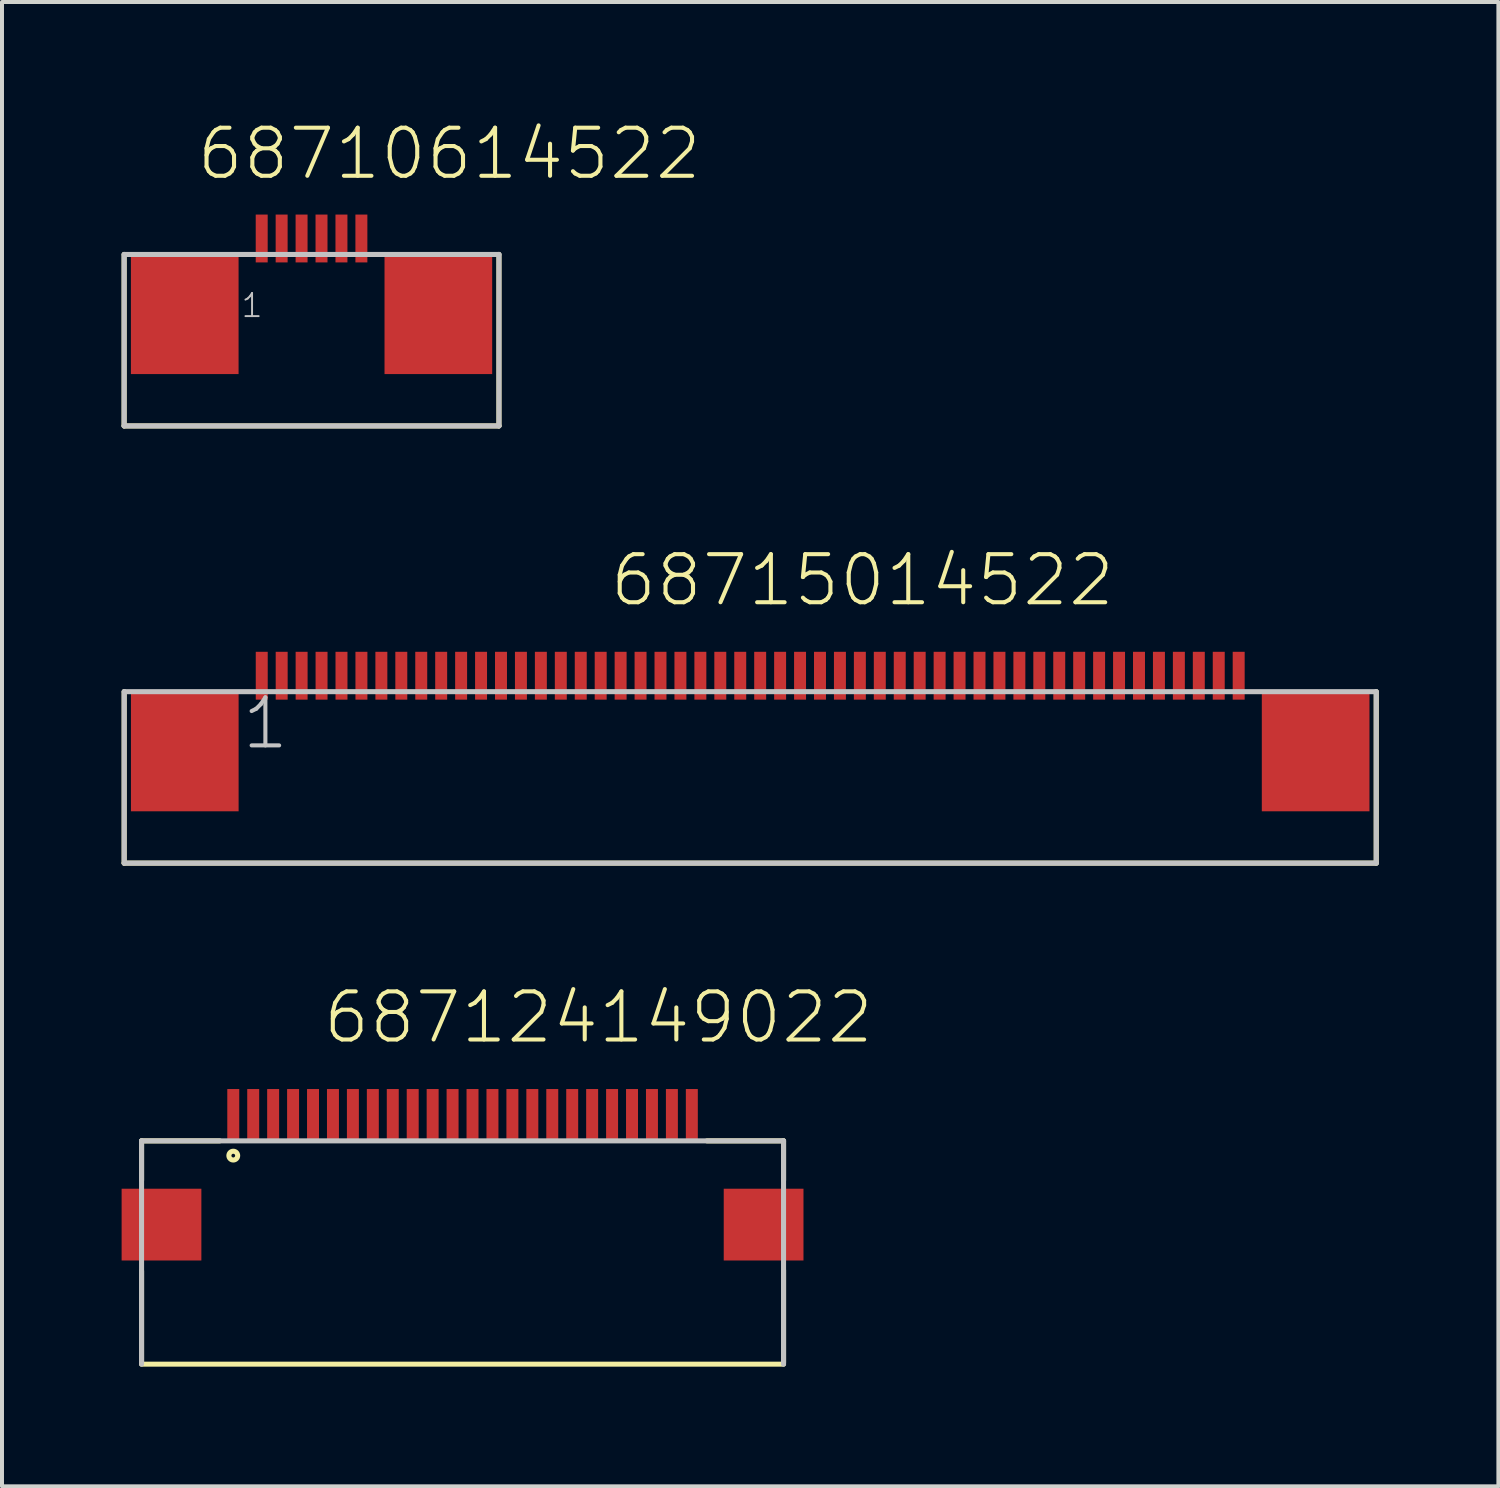
<source format=kicad_pcb>
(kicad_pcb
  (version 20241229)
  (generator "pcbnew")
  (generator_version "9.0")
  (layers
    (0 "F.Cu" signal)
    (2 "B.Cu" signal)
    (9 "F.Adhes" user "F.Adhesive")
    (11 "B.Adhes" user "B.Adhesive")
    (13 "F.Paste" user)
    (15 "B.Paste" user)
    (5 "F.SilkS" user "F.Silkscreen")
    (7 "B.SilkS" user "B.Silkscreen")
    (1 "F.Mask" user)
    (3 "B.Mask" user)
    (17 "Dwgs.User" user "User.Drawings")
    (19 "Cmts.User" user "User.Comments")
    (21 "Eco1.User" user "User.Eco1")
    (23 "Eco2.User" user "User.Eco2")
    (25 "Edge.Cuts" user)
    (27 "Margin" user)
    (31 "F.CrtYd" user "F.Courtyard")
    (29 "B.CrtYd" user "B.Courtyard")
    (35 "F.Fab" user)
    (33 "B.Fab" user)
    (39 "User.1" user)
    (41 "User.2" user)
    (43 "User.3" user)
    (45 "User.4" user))
  (footprint "68715014522"
    (layer "F.Cu")
    (at 15.764 15.796)
    (property "Reference" "68715014522" (at -3.569 -3.59 0) (layer "F.SilkS") (effects (font (size 1.206 1.206) (thickness 0.102)) (justify left bottom)))
    (attr through_hole)
    (fp_line (start -15.7 -1.5) (end -15.7 2.8) (stroke (width 0.127) (type solid)) (layer "F.SilkS"))
    (fp_line (start -15.7 2.8) (end 15.7 2.8) (stroke (width 0.127) (type solid)) (layer "F.SilkS"))
    (fp_line (start 15.7 2.8) (end 15.7 -1.5) (stroke (width 0.127) (type solid)) (layer "F.SilkS"))
    (fp_line (start -15.7 -1.5) (end 15.7 -1.5) (stroke (width 0.127) (type solid)) (layer "Dwgs.User"))
    (fp_line (start -15.7 2.8) (end -15.7 -1.5) (stroke (width 0.127) (type solid)) (layer "Dwgs.User"))
    (fp_line (start -15.7 2.8) (end 15.7 2.8) (stroke (width 0.127) (type solid)) (layer "Dwgs.User"))
    (fp_line (start 15.7 -1.5) (end 15.7 2.8) (stroke (width 0.127) (type solid)) (layer "Dwgs.User"))
    (fp_text user "1" (at -12.8 0 0) (layer "Dwgs.User") (effects (font (size 1.206 1.206) (thickness 0.102)) (justify left bottom)))
    (pad "1" smd rect (at -12.25 -1.9) (size 0.3 1.2) (layers "F.Cu" "F.Mask" "F.Paste"))
    (pad "2" smd rect (at -11.75 -1.9) (size 0.3 1.2) (layers "F.Cu" "F.Mask" "F.Paste"))
    (pad "3" smd rect (at -11.25 -1.9) (size 0.3 1.2) (layers "F.Cu" "F.Mask" "F.Paste"))
    (pad "4" smd rect (at -10.75 -1.9) (size 0.3 1.2) (layers "F.Cu" "F.Mask" "F.Paste"))
    (pad "5" smd rect (at -10.25 -1.9) (size 0.3 1.2) (layers "F.Cu" "F.Mask" "F.Paste"))
    (pad "6" smd rect (at -9.75 -1.9) (size 0.3 1.2) (layers "F.Cu" "F.Mask" "F.Paste"))
    (pad "7" smd rect (at -9.25 -1.9) (size 0.3 1.2) (layers "F.Cu" "F.Mask" "F.Paste"))
    (pad "8" smd rect (at -8.75 -1.9) (size 0.3 1.2) (layers "F.Cu" "F.Mask" "F.Paste"))
    (pad "9" smd rect (at -8.25 -1.9) (size 0.3 1.2) (layers "F.Cu" "F.Mask" "F.Paste"))
    (pad "10" smd rect (at -7.75 -1.9) (size 0.3 1.2) (layers "F.Cu" "F.Mask" "F.Paste"))
    (pad "11" smd rect (at -7.25 -1.9) (size 0.3 1.2) (layers "F.Cu" "F.Mask" "F.Paste"))
    (pad "12" smd rect (at -6.75 -1.9) (size 0.3 1.2) (layers "F.Cu" "F.Mask" "F.Paste"))
    (pad "13" smd rect (at -6.25 -1.9) (size 0.3 1.2) (layers "F.Cu" "F.Mask" "F.Paste"))
    (pad "14" smd rect (at -5.75 -1.9) (size 0.3 1.2) (layers "F.Cu" "F.Mask" "F.Paste"))
    (pad "15" smd rect (at -5.25 -1.9) (size 0.3 1.2) (layers "F.Cu" "F.Mask" "F.Paste"))
    (pad "16" smd rect (at -4.75 -1.9) (size 0.3 1.2) (layers "F.Cu" "F.Mask" "F.Paste"))
    (pad "17" smd rect (at -4.25 -1.9) (size 0.3 1.2) (layers "F.Cu" "F.Mask" "F.Paste"))
    (pad "18" smd rect (at -3.75 -1.9) (size 0.3 1.2) (layers "F.Cu" "F.Mask" "F.Paste"))
    (pad "19" smd rect (at -3.25 -1.9) (size 0.3 1.2) (layers "F.Cu" "F.Mask" "F.Paste"))
    (pad "20" smd rect (at -2.75 -1.9) (size 0.3 1.2) (layers "F.Cu" "F.Mask" "F.Paste"))
    (pad "21" smd rect (at -2.25 -1.9) (size 0.3 1.2) (layers "F.Cu" "F.Mask" "F.Paste"))
    (pad "22" smd rect (at -1.75 -1.9) (size 0.3 1.2) (layers "F.Cu" "F.Mask" "F.Paste"))
    (pad "23" smd rect (at -1.25 -1.9) (size 0.3 1.2) (layers "F.Cu" "F.Mask" "F.Paste"))
    (pad "24" smd rect (at -0.75 -1.9) (size 0.3 1.2) (layers "F.Cu" "F.Mask" "F.Paste"))
    (pad "25" smd rect (at -0.25 -1.9) (size 0.3 1.2) (layers "F.Cu" "F.Mask" "F.Paste"))
    (pad "26" smd rect (at 0.25 -1.9) (size 0.3 1.2) (layers "F.Cu" "F.Mask" "F.Paste"))
    (pad "27" smd rect (at 0.75 -1.9) (size 0.3 1.2) (layers "F.Cu" "F.Mask" "F.Paste"))
    (pad "28" smd rect (at 1.25 -1.9) (size 0.3 1.2) (layers "F.Cu" "F.Mask" "F.Paste"))
    (pad "29" smd rect (at 1.75 -1.9) (size 0.3 1.2) (layers "F.Cu" "F.Mask" "F.Paste"))
    (pad "30" smd rect (at 2.25 -1.9) (size 0.3 1.2) (layers "F.Cu" "F.Mask" "F.Paste"))
    (pad "31" smd rect (at 2.75 -1.9) (size 0.3 1.2) (layers "F.Cu" "F.Mask" "F.Paste"))
    (pad "32" smd rect (at 3.25 -1.9) (size 0.3 1.2) (layers "F.Cu" "F.Mask" "F.Paste"))
    (pad "33" smd rect (at 3.75 -1.9) (size 0.3 1.2) (layers "F.Cu" "F.Mask" "F.Paste"))
    (pad "34" smd rect (at 4.25 -1.9) (size 0.3 1.2) (layers "F.Cu" "F.Mask" "F.Paste"))
    (pad "35" smd rect (at 4.75 -1.9) (size 0.3 1.2) (layers "F.Cu" "F.Mask" "F.Paste"))
    (pad "36" smd rect (at 5.25 -1.9) (size 0.3 1.2) (layers "F.Cu" "F.Mask" "F.Paste"))
    (pad "37" smd rect (at 5.75 -1.9) (size 0.3 1.2) (layers "F.Cu" "F.Mask" "F.Paste"))
    (pad "38" smd rect (at 6.25 -1.9) (size 0.3 1.2) (layers "F.Cu" "F.Mask" "F.Paste"))
    (pad "39" smd rect (at 6.75 -1.9) (size 0.3 1.2) (layers "F.Cu" "F.Mask" "F.Paste"))
    (pad "40" smd rect (at 7.25 -1.9) (size 0.3 1.2) (layers "F.Cu" "F.Mask" "F.Paste"))
    (pad "41" smd rect (at 7.75 -1.9) (size 0.3 1.2) (layers "F.Cu" "F.Mask" "F.Paste"))
    (pad "42" smd rect (at 8.25 -1.9) (size 0.3 1.2) (layers "F.Cu" "F.Mask" "F.Paste"))
    (pad "43" smd rect (at 8.75 -1.9) (size 0.3 1.2) (layers "F.Cu" "F.Mask" "F.Paste"))
    (pad "44" smd rect (at 9.25 -1.9) (size 0.3 1.2) (layers "F.Cu" "F.Mask" "F.Paste"))
    (pad "45" smd rect (at 9.75 -1.9) (size 0.3 1.2) (layers "F.Cu" "F.Mask" "F.Paste"))
    (pad "46" smd rect (at 10.25 -1.9) (size 0.3 1.2) (layers "F.Cu" "F.Mask" "F.Paste"))
    (pad "47" smd rect (at 10.75 -1.9) (size 0.3 1.2) (layers "F.Cu" "F.Mask" "F.Paste"))
    (pad "48" smd rect (at 11.25 -1.9) (size 0.3 1.2) (layers "F.Cu" "F.Mask" "F.Paste"))
    (pad "49" smd rect (at 11.75 -1.9) (size 0.3 1.2) (layers "F.Cu" "F.Mask" "F.Paste"))
    (pad "50" smd rect (at 12.25 -1.9) (size 0.3 1.2) (layers "F.Cu" "F.Mask" "F.Paste"))
    (pad "Z1" smd rect (at -14.18 0) (size 2.7 3) (layers "F.Cu" "F.Mask" "F.Paste"))
    (pad "Z2" smd rect (at 14.18 0) (size 2.7 3) (layers "F.Cu" "F.Mask" "F.Paste")))
  (footprint "687124149022"
    (layer "F.Cu")
    (at 8.55 24.911)
    (property "Reference" "687124149022" (at -3.55 -1.74 0) (layer "F.SilkS") (effects (font (size 1.206 1.206) (thickness 0.102)) (justify left bottom)))
    (attr through_hole)
    (fp_line (start -8.05 0.65) (end -8.05 1.64) (stroke (width 0.127) (type solid)) (layer "F.SilkS"))
    (fp_line (start -8.05 3.91) (end -8.05 6.23) (stroke (width 0.127) (type solid)) (layer "F.SilkS"))
    (fp_line (start -6.09 0.65) (end -8.05 0.65) (stroke (width 0.127) (type solid)) (layer "F.SilkS"))
    (fp_line (start 6.13 0.65) (end 8.05 0.65) (stroke (width 0.127) (type solid)) (layer "F.SilkS"))
    (fp_line (start 8.05 0.65) (end 8.05 1.64) (stroke (width 0.127) (type solid)) (layer "F.SilkS"))
    (fp_line (start 8.05 3.89) (end 8.05 6.21) (stroke (width 0.127) (type solid)) (layer "F.SilkS"))
    (fp_line (start 8.05 6.25) (end -8.05 6.25) (stroke (width 0.127) (type solid)) (layer "F.SilkS"))
    (fp_circle (center -5.75 1.02) (end -5.64 1.02) (stroke (width 0.127) (type solid)) (fill no) (layer "F.SilkS"))
    (fp_line (start -8.05 0.65) (end 8.05 0.65) (stroke (width 0.127) (type solid)) (layer "Dwgs.User"))
    (fp_line (start -8.05 6.25) (end -8.05 0.65) (stroke (width 0.127) (type solid)) (layer "Dwgs.User"))
    (fp_line (start 8.05 0.65) (end 8.05 6.25) (stroke (width 0.127) (type solid)) (layer "Dwgs.User"))
    (pad "1" smd rect (at -5.75 0) (size 0.3 1.3) (layers "F.Cu" "F.Mask" "F.Paste"))
    (pad "2" smd rect (at -5.25 0) (size 0.3 1.3) (layers "F.Cu" "F.Mask" "F.Paste"))
    (pad "3" smd rect (at -4.75 0) (size 0.3 1.3) (layers "F.Cu" "F.Mask" "F.Paste"))
    (pad "4" smd rect (at -4.25 0) (size 0.3 1.3) (layers "F.Cu" "F.Mask" "F.Paste"))
    (pad "5" smd rect (at -3.75 0) (size 0.3 1.3) (layers "F.Cu" "F.Mask" "F.Paste"))
    (pad "6" smd rect (at -3.25 0) (size 0.3 1.3) (layers "F.Cu" "F.Mask" "F.Paste"))
    (pad "7" smd rect (at -2.75 0) (size 0.3 1.3) (layers "F.Cu" "F.Mask" "F.Paste"))
    (pad "8" smd rect (at -2.25 0) (size 0.3 1.3) (layers "F.Cu" "F.Mask" "F.Paste"))
    (pad "9" smd rect (at -1.75 0) (size 0.3 1.3) (layers "F.Cu" "F.Mask" "F.Paste"))
    (pad "10" smd rect (at -1.25 0) (size 0.3 1.3) (layers "F.Cu" "F.Mask" "F.Paste"))
    (pad "11" smd rect (at -0.75 0) (size 0.3 1.3) (layers "F.Cu" "F.Mask" "F.Paste"))
    (pad "12" smd rect (at -0.25 0) (size 0.3 1.3) (layers "F.Cu" "F.Mask" "F.Paste"))
    (pad "13" smd rect (at 0.25 0) (size 0.3 1.3) (layers "F.Cu" "F.Mask" "F.Paste"))
    (pad "14" smd rect (at 0.75 0) (size 0.3 1.3) (layers "F.Cu" "F.Mask" "F.Paste"))
    (pad "15" smd rect (at 1.25 0) (size 0.3 1.3) (layers "F.Cu" "F.Mask" "F.Paste"))
    (pad "16" smd rect (at 1.75 0) (size 0.3 1.3) (layers "F.Cu" "F.Mask" "F.Paste"))
    (pad "17" smd rect (at 2.25 0) (size 0.3 1.3) (layers "F.Cu" "F.Mask" "F.Paste"))
    (pad "18" smd rect (at 2.75 0) (size 0.3 1.3) (layers "F.Cu" "F.Mask" "F.Paste"))
    (pad "19" smd rect (at 3.25 0) (size 0.3 1.3) (layers "F.Cu" "F.Mask" "F.Paste"))
    (pad "20" smd rect (at 3.75 0) (size 0.3 1.3) (layers "F.Cu" "F.Mask" "F.Paste"))
    (pad "21" smd rect (at 4.25 0) (size 0.3 1.3) (layers "F.Cu" "F.Mask" "F.Paste"))
    (pad "22" smd rect (at 4.75 0) (size 0.3 1.3) (layers "F.Cu" "F.Mask" "F.Paste"))
    (pad "23" smd rect (at 5.25 0) (size 0.3 1.3) (layers "F.Cu" "F.Mask" "F.Paste"))
    (pad "24" smd rect (at 5.75 0) (size 0.3 1.3) (layers "F.Cu" "F.Mask" "F.Paste"))
    (pad "Z1" smd rect (at -7.55 2.75) (size 2 1.8) (layers "F.Cu" "F.Mask" "F.Paste"))
    (pad "Z2" smd rect (at 7.55 2.75) (size 2 1.8) (layers "F.Cu" "F.Mask" "F.Paste")))
  (footprint "68710614522"
    (layer "F.Cu")
    (at 4.763 4.831)
    (property "Reference" "68710614522" (at -2.93 -3.32 0) (layer "F.SilkS") (effects (font (size 1.206 1.206) (thickness 0.102)) (justify left bottom)))
    (attr through_hole)
    (fp_line (start -4.7 -1.5) (end -4.7 2.8) (stroke (width 0.127) (type solid)) (layer "F.SilkS"))
    (fp_line (start -4.7 2.8) (end 4.7 2.8) (stroke (width 0.127) (type solid)) (layer "F.SilkS"))
    (fp_line (start 4.7 2.8) (end 4.7 -1.5) (stroke (width 0.127) (type solid)) (layer "F.SilkS"))
    (fp_line (start -4.7 -1.5) (end 4.7 -1.5) (stroke (width 0.127) (type solid)) (layer "Dwgs.User"))
    (fp_line (start -4.7 2.8) (end -4.7 -1.5) (stroke (width 0.127) (type solid)) (layer "Dwgs.User"))
    (fp_line (start -4.7 2.8) (end 4.7 2.8) (stroke (width 0.127) (type solid)) (layer "Dwgs.User"))
    (fp_line (start 4.7 -1.5) (end 4.7 2.8) (stroke (width 0.127) (type solid)) (layer "Dwgs.User"))
    (fp_text user "1" (at -1.8 0.12 0) (layer "Dwgs.User") (effects (font (size 0.579 0.579) (thickness 0.049)) (justify left bottom)))
    (pad "1" smd rect (at -1.25 -1.9) (size 0.3 1.2) (layers "F.Cu" "F.Mask" "F.Paste"))
    (pad "2" smd rect (at -0.75 -1.9) (size 0.3 1.2) (layers "F.Cu" "F.Mask" "F.Paste"))
    (pad "3" smd rect (at -0.25 -1.9) (size 0.3 1.2) (layers "F.Cu" "F.Mask" "F.Paste"))
    (pad "4" smd rect (at 0.25 -1.9) (size 0.3 1.2) (layers "F.Cu" "F.Mask" "F.Paste"))
    (pad "5" smd rect (at 0.75 -1.9) (size 0.3 1.2) (layers "F.Cu" "F.Mask" "F.Paste"))
    (pad "6" smd rect (at 1.25 -1.9) (size 0.3 1.2) (layers "F.Cu" "F.Mask" "F.Paste"))
    (pad "Z1" smd rect (at -3.18 0) (size 2.7 3) (layers "F.Cu" "F.Mask" "F.Paste"))
    (pad "Z2" smd rect (at 3.18 0) (size 2.7 3) (layers "F.Cu" "F.Mask" "F.Paste")))
  (gr_rect
    (start -3 -3)
    (end 34.527 34.224)
    (stroke (width 0.1) (type default))
    (fill no)
    (layer "Edge.Cuts")))
</source>
